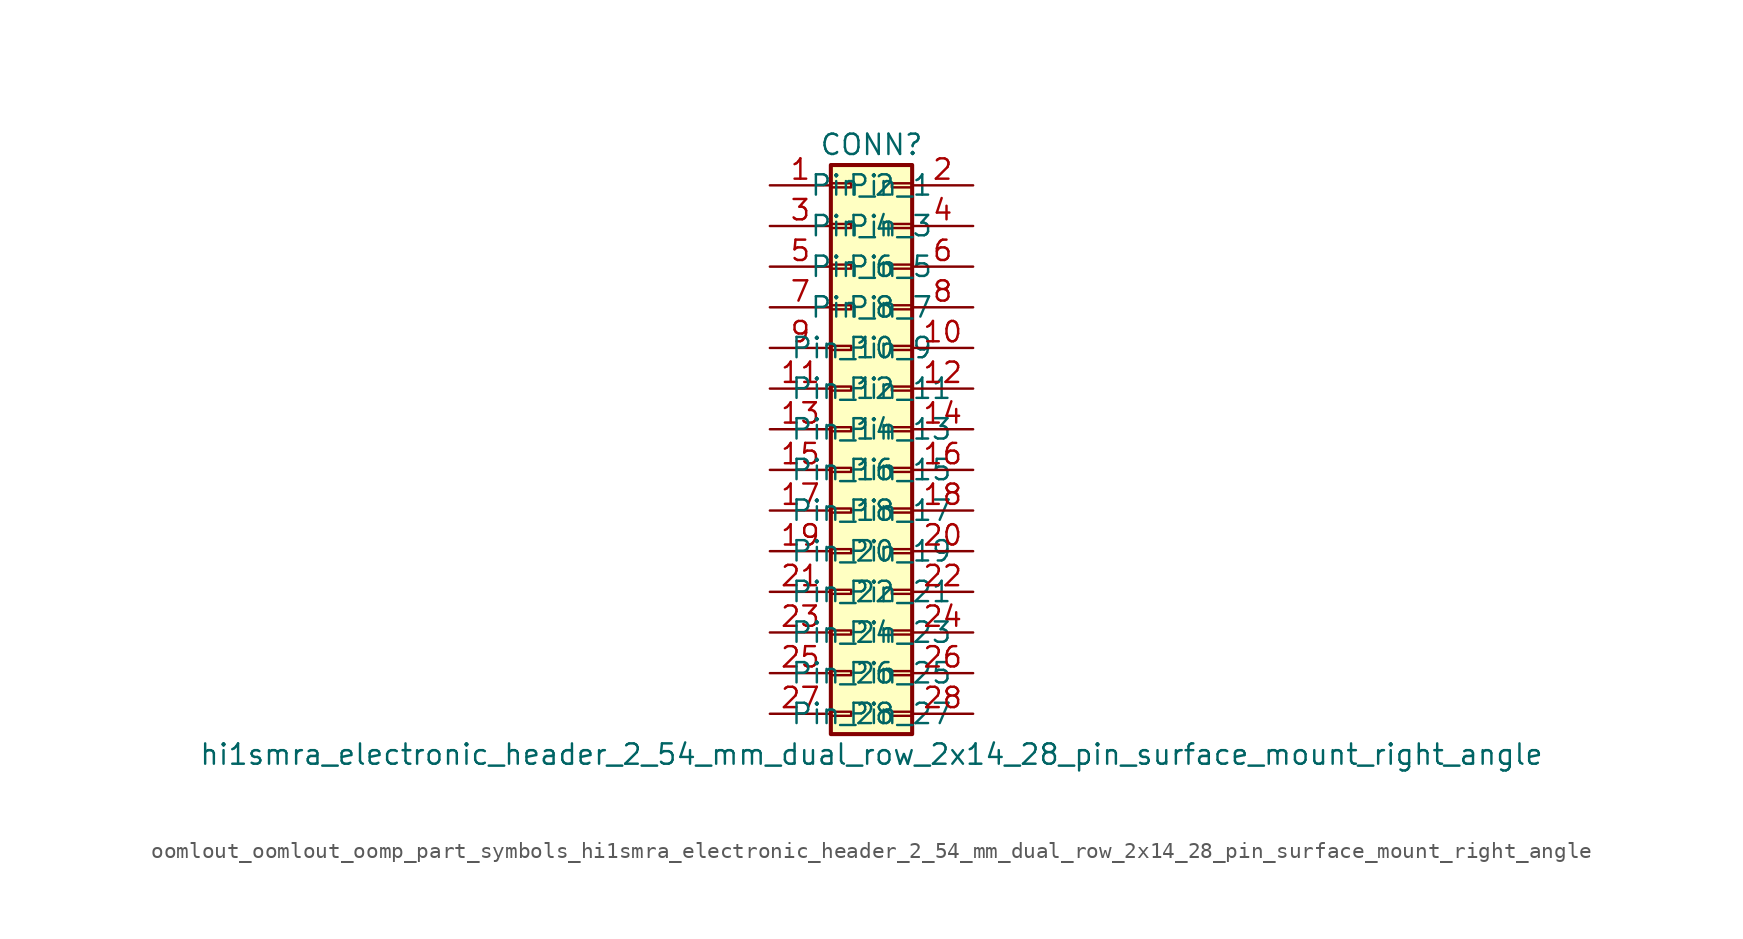
<source format=kicad_sym>
(kicad_symbol_lib
  (version 20220914)
  (generator kicad_symbol_editor)
  (symbol "oomlout_oomlout_oomp_part_symbols_hi1smra_electronic_header_2_54_mm_dual_row_2x14_28_pin_surface_mount_right_angle"
    (pin_names
      (offset 1.016))
    (property "Reference" "CONN"
      (at 1.27 17.78 0)
      (effects (font (size 1.27 1.27))))
    (property "Value" "hi1smra_electronic_header_2_54_mm_dual_row_2x14_28_pin_surface_mount_right_angle"
      (at 1.27 -20.32 0)
      (effects (font (size 1.27 1.27))))
    (symbol "oomlout_oomlout_oomp_part_symbols_hi1smra_electronic_header_2_54_mm_dual_row_2x14_28_pin_surface_mount_right_angle_1_1"
      (rectangle (start -1.27 -17.653) (end 0 -17.907) (stroke (width 0.152) (type default)) (fill (type none)))
      (rectangle (start -1.27 -15.113) (end 0 -15.367) (stroke (width 0.152) (type default)) (fill (type none)))
      (rectangle (start -1.27 -12.573) (end 0 -12.827) (stroke (width 0.152) (type default)) (fill (type none)))
      (rectangle (start -1.27 -10.033) (end 0 -10.287) (stroke (width 0.152) (type default)) (fill (type none)))
      (rectangle (start -1.27 -7.493) (end 0 -7.747) (stroke (width 0.152) (type default)) (fill (type none)))
      (rectangle (start -1.27 -4.953) (end 0 -5.207) (stroke (width 0.152) (type default)) (fill (type none)))
      (rectangle (start -1.27 -2.413) (end 0 -2.667) (stroke (width 0.152) (type default)) (fill (type none)))
      (rectangle (start -1.27 0.127) (end 0 -0.127) (stroke (width 0.152) (type default)) (fill (type none)))
      (rectangle (start -1.27 2.667) (end 0 2.413) (stroke (width 0.152) (type default)) (fill (type none)))
      (rectangle (start -1.27 5.207) (end 0 4.953) (stroke (width 0.152) (type default)) (fill (type none)))
      (rectangle (start -1.27 7.747) (end 0 7.493) (stroke (width 0.152) (type default)) (fill (type none)))
      (rectangle (start -1.27 10.287) (end 0 10.033) (stroke (width 0.152) (type default)) (fill (type none)))
      (rectangle (start -1.27 12.827) (end 0 12.573) (stroke (width 0.152) (type default)) (fill (type none)))
      (rectangle (start -1.27 15.367) (end 0 15.113) (stroke (width 0.152) (type default)) (fill (type none)))
      (rectangle (start -1.27 16.51) (end 3.81 -19.05) (stroke (width 0.254) (type default)) (fill (type background)))
      (rectangle (start 3.81 -17.653) (end 2.54 -17.907) (stroke (width 0.152) (type default)) (fill (type none)))
      (rectangle (start 3.81 -15.113) (end 2.54 -15.367) (stroke (width 0.152) (type default)) (fill (type none)))
      (rectangle (start 3.81 -12.573) (end 2.54 -12.827) (stroke (width 0.152) (type default)) (fill (type none)))
      (rectangle (start 3.81 -10.033) (end 2.54 -10.287) (stroke (width 0.152) (type default)) (fill (type none)))
      (rectangle (start 3.81 -7.493) (end 2.54 -7.747) (stroke (width 0.152) (type default)) (fill (type none)))
      (rectangle (start 3.81 -4.953) (end 2.54 -5.207) (stroke (width 0.152) (type default)) (fill (type none)))
      (rectangle (start 3.81 -2.413) (end 2.54 -2.667) (stroke (width 0.152) (type default)) (fill (type none)))
      (rectangle (start 3.81 0.127) (end 2.54 -0.127) (stroke (width 0.152) (type default)) (fill (type none)))
      (rectangle (start 3.81 2.667) (end 2.54 2.413) (stroke (width 0.152) (type default)) (fill (type none)))
      (rectangle (start 3.81 5.207) (end 2.54 4.953) (stroke (width 0.152) (type default)) (fill (type none)))
      (rectangle (start 3.81 7.747) (end 2.54 7.493) (stroke (width 0.152) (type default)) (fill (type none)))
      (rectangle (start 3.81 10.287) (end 2.54 10.033) (stroke (width 0.152) (type default)) (fill (type none)))
      (rectangle (start 3.81 12.827) (end 2.54 12.573) (stroke (width 0.152) (type default)) (fill (type none)))
      (rectangle (start 3.81 15.367) (end 2.54 15.113) (stroke (width 0.152) (type default)) (fill (type none)))
      (pin passive line (at -5.08 15.24 0) (length 3.81) (name "Pin_1" (effects (font (size 1.27 1.27)))) (number "1" (effects (font (size 1.27 1.27)))))
      (pin passive line (at 7.62 5.08 180) (length 3.81) (name "Pin_10" (effects (font (size 1.27 1.27)))) (number "10" (effects (font (size 1.27 1.27)))))
      (pin passive line (at -5.08 2.54 0) (length 3.81) (name "Pin_11" (effects (font (size 1.27 1.27)))) (number "11" (effects (font (size 1.27 1.27)))))
      (pin passive line (at 7.62 2.54 180) (length 3.81) (name "Pin_12" (effects (font (size 1.27 1.27)))) (number "12" (effects (font (size 1.27 1.27)))))
      (pin passive line (at -5.08 0 0) (length 3.81) (name "Pin_13" (effects (font (size 1.27 1.27)))) (number "13" (effects (font (size 1.27 1.27)))))
      (pin passive line (at 7.62 0 180) (length 3.81) (name "Pin_14" (effects (font (size 1.27 1.27)))) (number "14" (effects (font (size 1.27 1.27)))))
      (pin passive line (at -5.08 -2.54 0) (length 3.81) (name "Pin_15" (effects (font (size 1.27 1.27)))) (number "15" (effects (font (size 1.27 1.27)))))
      (pin passive line (at 7.62 -2.54 180) (length 3.81) (name "Pin_16" (effects (font (size 1.27 1.27)))) (number "16" (effects (font (size 1.27 1.27)))))
      (pin passive line (at -5.08 -5.08 0) (length 3.81) (name "Pin_17" (effects (font (size 1.27 1.27)))) (number "17" (effects (font (size 1.27 1.27)))))
      (pin passive line (at 7.62 -5.08 180) (length 3.81) (name "Pin_18" (effects (font (size 1.27 1.27)))) (number "18" (effects (font (size 1.27 1.27)))))
      (pin passive line (at -5.08 -7.62 0) (length 3.81) (name "Pin_19" (effects (font (size 1.27 1.27)))) (number "19" (effects (font (size 1.27 1.27)))))
      (pin passive line (at 7.62 15.24 180) (length 3.81) (name "Pin_2" (effects (font (size 1.27 1.27)))) (number "2" (effects (font (size 1.27 1.27)))))
      (pin passive line (at 7.62 -7.62 180) (length 3.81) (name "Pin_20" (effects (font (size 1.27 1.27)))) (number "20" (effects (font (size 1.27 1.27)))))
      (pin passive line (at -5.08 -10.16 0) (length 3.81) (name "Pin_21" (effects (font (size 1.27 1.27)))) (number "21" (effects (font (size 1.27 1.27)))))
      (pin passive line (at 7.62 -10.16 180) (length 3.81) (name "Pin_22" (effects (font (size 1.27 1.27)))) (number "22" (effects (font (size 1.27 1.27)))))
      (pin passive line (at -5.08 -12.7 0) (length 3.81) (name "Pin_23" (effects (font (size 1.27 1.27)))) (number "23" (effects (font (size 1.27 1.27)))))
      (pin passive line (at 7.62 -12.7 180) (length 3.81) (name "Pin_24" (effects (font (size 1.27 1.27)))) (number "24" (effects (font (size 1.27 1.27)))))
      (pin passive line (at -5.08 -15.24 0) (length 3.81) (name "Pin_25" (effects (font (size 1.27 1.27)))) (number "25" (effects (font (size 1.27 1.27)))))
      (pin passive line (at 7.62 -15.24 180) (length 3.81) (name "Pin_26" (effects (font (size 1.27 1.27)))) (number "26" (effects (font (size 1.27 1.27)))))
      (pin passive line (at -5.08 -17.78 0) (length 3.81) (name "Pin_27" (effects (font (size 1.27 1.27)))) (number "27" (effects (font (size 1.27 1.27)))))
      (pin passive line (at 7.62 -17.78 180) (length 3.81) (name "Pin_28" (effects (font (size 1.27 1.27)))) (number "28" (effects (font (size 1.27 1.27)))))
      (pin passive line (at -5.08 12.7 0) (length 3.81) (name "Pin_3" (effects (font (size 1.27 1.27)))) (number "3" (effects (font (size 1.27 1.27)))))
      (pin passive line (at 7.62 12.7 180) (length 3.81) (name "Pin_4" (effects (font (size 1.27 1.27)))) (number "4" (effects (font (size 1.27 1.27)))))
      (pin passive line (at -5.08 10.16 0) (length 3.81) (name "Pin_5" (effects (font (size 1.27 1.27)))) (number "5" (effects (font (size 1.27 1.27)))))
      (pin passive line (at 7.62 10.16 180) (length 3.81) (name "Pin_6" (effects (font (size 1.27 1.27)))) (number "6" (effects (font (size 1.27 1.27)))))
      (pin passive line (at -5.08 7.62 0) (length 3.81) (name "Pin_7" (effects (font (size 1.27 1.27)))) (number "7" (effects (font (size 1.27 1.27)))))
      (pin passive line (at 7.62 7.62 180) (length 3.81) (name "Pin_8" (effects (font (size 1.27 1.27)))) (number "8" (effects (font (size 1.27 1.27)))))
      (pin passive line (at -5.08 5.08 0) (length 3.81) (name "Pin_9" (effects (font (size 1.27 1.27)))) (number "9" (effects (font (size 1.27 1.27))))))))
</source>
